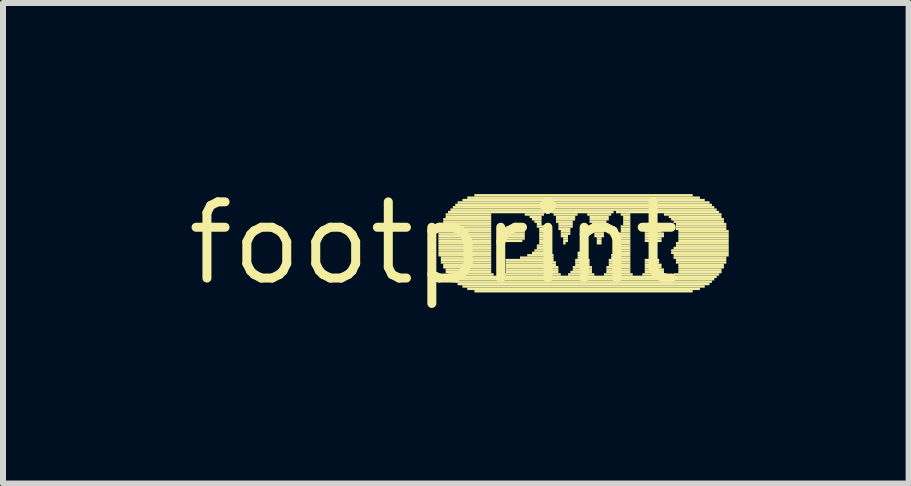
<source format=kicad_pcb>
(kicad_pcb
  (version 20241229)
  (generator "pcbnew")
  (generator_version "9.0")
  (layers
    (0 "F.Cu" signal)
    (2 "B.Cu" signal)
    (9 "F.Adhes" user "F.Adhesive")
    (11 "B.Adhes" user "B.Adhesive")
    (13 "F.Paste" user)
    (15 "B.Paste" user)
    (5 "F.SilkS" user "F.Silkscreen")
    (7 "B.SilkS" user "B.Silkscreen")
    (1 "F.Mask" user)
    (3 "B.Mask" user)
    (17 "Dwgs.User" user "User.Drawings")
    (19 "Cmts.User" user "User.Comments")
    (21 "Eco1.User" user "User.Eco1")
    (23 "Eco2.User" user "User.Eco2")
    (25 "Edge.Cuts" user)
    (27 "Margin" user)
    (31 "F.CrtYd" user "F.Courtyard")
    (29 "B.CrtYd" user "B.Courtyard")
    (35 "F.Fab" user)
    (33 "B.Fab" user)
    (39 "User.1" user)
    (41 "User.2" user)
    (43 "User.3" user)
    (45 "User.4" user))
  (footprint "footprint"
    (layer "F.Cu")
    (at 4.18 1.006)
    (property "Reference" "footprint" (at 0 0 0) (layer "F.SilkS") (effects (font (size 1.27 1.27) (thickness 0.15))))
    (fp_poly (pts (xy 0.08 -0.18) (xy 0.96 -0.18) (xy 0.96 -0.22) (xy 0.08 -0.22)) (stroke (width 0) (type solid)) (fill yes) (layer "F.SilkS"))
    (fp_poly (pts (xy 0.08 -0.14) (xy 0.96 -0.14) (xy 0.96 -0.18) (xy 0.08 -0.18)) (stroke (width 0) (type solid)) (fill yes) (layer "F.SilkS"))
    (fp_poly (pts (xy 0.08 -0.1) (xy 0.96 -0.1) (xy 0.96 -0.14) (xy 0.08 -0.14)) (stroke (width 0) (type solid)) (fill yes) (layer "F.SilkS"))
    (fp_poly (pts (xy 0.08 -0.06) (xy 0.96 -0.06) (xy 0.96 -0.1) (xy 0.08 -0.1)) (stroke (width 0) (type solid)) (fill yes) (layer "F.SilkS"))
    (fp_poly (pts (xy 0.08 -0.02) (xy 0.96 -0.02) (xy 0.96 -0.06) (xy 0.08 -0.06)) (stroke (width 0) (type solid)) (fill yes) (layer "F.SilkS"))
    (fp_poly (pts (xy 0.08 0.02) (xy 0.96 0.02) (xy 0.96 -0.02) (xy 0.08 -0.02)) (stroke (width 0) (type solid)) (fill yes) (layer "F.SilkS"))
    (fp_poly (pts (xy 0.08 0.06) (xy 0.96 0.06) (xy 0.96 0.02) (xy 0.08 0.02)) (stroke (width 0) (type solid)) (fill yes) (layer "F.SilkS"))
    (fp_poly (pts (xy 0.08 0.1) (xy 0.96 0.1) (xy 0.96 0.06) (xy 0.08 0.06)) (stroke (width 0) (type solid)) (fill yes) (layer "F.SilkS"))
    (fp_poly (pts (xy 0.08 0.14) (xy 0.96 0.14) (xy 0.96 0.1) (xy 0.08 0.1)) (stroke (width 0) (type solid)) (fill yes) (layer "F.SilkS"))
    (fp_poly (pts (xy 0.08 0.18) (xy 0.96 0.18) (xy 0.96 0.14) (xy 0.08 0.14)) (stroke (width 0) (type solid)) (fill yes) (layer "F.SilkS"))
    (fp_poly (pts (xy 0.08 0.22) (xy 0.96 0.22) (xy 0.96 0.18) (xy 0.08 0.18)) (stroke (width 0) (type solid)) (fill yes) (layer "F.SilkS"))
    (fp_poly (pts (xy 0.12 -0.3) (xy 0.96 -0.3) (xy 0.96 -0.34) (xy 0.12 -0.34)) (stroke (width 0) (type solid)) (fill yes) (layer "F.SilkS"))
    (fp_poly (pts (xy 0.12 -0.26) (xy 0.96 -0.26) (xy 0.96 -0.3) (xy 0.12 -0.3)) (stroke (width 0) (type solid)) (fill yes) (layer "F.SilkS"))
    (fp_poly (pts (xy 0.12 -0.22) (xy 0.96 -0.22) (xy 0.96 -0.26) (xy 0.12 -0.26)) (stroke (width 0) (type solid)) (fill yes) (layer "F.SilkS"))
    (fp_poly (pts (xy 0.12 0.26) (xy 0.96 0.26) (xy 0.96 0.22) (xy 0.12 0.22)) (stroke (width 0) (type solid)) (fill yes) (layer "F.SilkS"))
    (fp_poly (pts (xy 0.12 0.3) (xy 0.96 0.3) (xy 0.96 0.26) (xy 0.12 0.26)) (stroke (width 0) (type solid)) (fill yes) (layer "F.SilkS"))
    (fp_poly (pts (xy 0.12 0.34) (xy 0.96 0.34) (xy 0.96 0.3) (xy 0.12 0.3)) (stroke (width 0) (type solid)) (fill yes) (layer "F.SilkS"))
    (fp_poly (pts (xy 0.16 -0.38) (xy 0.96 -0.38) (xy 0.96 -0.42) (xy 0.16 -0.42)) (stroke (width 0) (type solid)) (fill yes) (layer "F.SilkS"))
    (fp_poly (pts (xy 0.16 -0.34) (xy 0.96 -0.34) (xy 0.96 -0.38) (xy 0.16 -0.38)) (stroke (width 0) (type solid)) (fill yes) (layer "F.SilkS"))
    (fp_poly (pts (xy 0.16 0.38) (xy 0.96 0.38) (xy 0.96 0.34) (xy 0.16 0.34)) (stroke (width 0) (type solid)) (fill yes) (layer "F.SilkS"))
    (fp_poly (pts (xy 0.16 0.42) (xy 0.96 0.42) (xy 0.96 0.38) (xy 0.16 0.38)) (stroke (width 0) (type solid)) (fill yes) (layer "F.SilkS"))
    (fp_poly (pts (xy 0.2 -0.46) (xy 0.96 -0.46) (xy 0.96 -0.5) (xy 0.2 -0.5)) (stroke (width 0) (type solid)) (fill yes) (layer "F.SilkS"))
    (fp_poly (pts (xy 0.2 -0.42) (xy 0.96 -0.42) (xy 0.96 -0.46) (xy 0.2 -0.46)) (stroke (width 0) (type solid)) (fill yes) (layer "F.SilkS"))
    (fp_poly (pts (xy 0.2 0.46) (xy 0.96 0.46) (xy 0.96 0.42) (xy 0.2 0.42)) (stroke (width 0) (type solid)) (fill yes) (layer "F.SilkS"))
    (fp_poly (pts (xy 0.2 0.5) (xy 0.96 0.5) (xy 0.96 0.46) (xy 0.2 0.46)) (stroke (width 0) (type solid)) (fill yes) (layer "F.SilkS"))
    (fp_poly (pts (xy 0.24 -0.5) (xy 1.92 -0.5) (xy 1.92 -0.54) (xy 0.24 -0.54)) (stroke (width 0) (type solid)) (fill yes) (layer "F.SilkS"))
    (fp_poly (pts (xy 0.24 0.54) (xy 1 0.54) (xy 1 0.5) (xy 0.24 0.5)) (stroke (width 0) (type solid)) (fill yes) (layer "F.SilkS"))
    (fp_poly (pts (xy 0.28 -0.54) (xy 4.72 -0.54) (xy 4.72 -0.58) (xy 0.28 -0.58)) (stroke (width 0) (type solid)) (fill yes) (layer "F.SilkS"))
    (fp_poly (pts (xy 0.28 0.58) (xy 4.72 0.58) (xy 4.72 0.54) (xy 0.28 0.54)) (stroke (width 0) (type solid)) (fill yes) (layer "F.SilkS"))
    (fp_poly (pts (xy 0.32 -0.58) (xy 4.68 -0.58) (xy 4.68 -0.62) (xy 0.32 -0.62)) (stroke (width 0) (type solid)) (fill yes) (layer "F.SilkS"))
    (fp_poly (pts (xy 0.32 0.62) (xy 4.68 0.62) (xy 4.68 0.58) (xy 0.32 0.58)) (stroke (width 0) (type solid)) (fill yes) (layer "F.SilkS"))
    (fp_poly (pts (xy 0.36 -0.62) (xy 4.64 -0.62) (xy 4.64 -0.66) (xy 0.36 -0.66)) (stroke (width 0) (type solid)) (fill yes) (layer "F.SilkS"))
    (fp_poly (pts (xy 0.36 0.66) (xy 4.64 0.66) (xy 4.64 0.62) (xy 0.36 0.62)) (stroke (width 0) (type solid)) (fill yes) (layer "F.SilkS"))
    (fp_poly (pts (xy 0.4 -0.66) (xy 4.6 -0.66) (xy 4.6 -0.7) (xy 0.4 -0.7)) (stroke (width 0) (type solid)) (fill yes) (layer "F.SilkS"))
    (fp_poly (pts (xy 0.4 0.7) (xy 4.6 0.7) (xy 4.6 0.66) (xy 0.4 0.66)) (stroke (width 0) (type solid)) (fill yes) (layer "F.SilkS"))
    (fp_poly (pts (xy 0.48 -0.7) (xy 4.52 -0.7) (xy 4.52 -0.74) (xy 0.48 -0.74)) (stroke (width 0) (type solid)) (fill yes) (layer "F.SilkS"))
    (fp_poly (pts (xy 0.48 0.74) (xy 4.52 0.74) (xy 4.52 0.7) (xy 0.48 0.7)) (stroke (width 0) (type solid)) (fill yes) (layer "F.SilkS"))
    (fp_poly (pts (xy 0.56 -0.74) (xy 4.44 -0.74) (xy 4.44 -0.78) (xy 0.56 -0.78)) (stroke (width 0) (type solid)) (fill yes) (layer "F.SilkS"))
    (fp_poly (pts (xy 0.56 0.78) (xy 4.44 0.78) (xy 4.44 0.74) (xy 0.56 0.74)) (stroke (width 0) (type solid)) (fill yes) (layer "F.SilkS"))
    (fp_poly (pts (xy 0.68 -0.78) (xy 4.32 -0.78) (xy 4.32 -0.82) (xy 0.68 -0.82)) (stroke (width 0) (type solid)) (fill yes) (layer "F.SilkS"))
    (fp_poly (pts (xy 0.68 0.82) (xy 4.32 0.82) (xy 4.32 0.78) (xy 0.68 0.78)) (stroke (width 0) (type solid)) (fill yes) (layer "F.SilkS"))
    (fp_poly (pts (xy 1.16 0.54) (xy 2.12 0.54) (xy 2.12 0.5) (xy 1.16 0.5)) (stroke (width 0) (type solid)) (fill yes) (layer "F.SilkS"))
    (fp_poly (pts (xy 1.2 -0.22) (xy 1.44 -0.22) (xy 1.44 -0.26) (xy 1.2 -0.26)) (stroke (width 0) (type solid)) (fill yes) (layer "F.SilkS"))
    (fp_poly (pts (xy 1.2 -0.18) (xy 1.52 -0.18) (xy 1.52 -0.22) (xy 1.2 -0.22)) (stroke (width 0) (type solid)) (fill yes) (layer "F.SilkS"))
    (fp_poly (pts (xy 1.2 -0.14) (xy 1.52 -0.14) (xy 1.52 -0.18) (xy 1.2 -0.18)) (stroke (width 0) (type solid)) (fill yes) (layer "F.SilkS"))
    (fp_poly (pts (xy 1.2 -0.1) (xy 1.52 -0.1) (xy 1.52 -0.14) (xy 1.2 -0.14)) (stroke (width 0) (type solid)) (fill yes) (layer "F.SilkS"))
    (fp_poly (pts (xy 1.2 -0.06) (xy 1.52 -0.06) (xy 1.52 -0.1) (xy 1.2 -0.1)) (stroke (width 0) (type solid)) (fill yes) (layer "F.SilkS"))
    (fp_poly (pts (xy 1.2 -0.02) (xy 1.48 -0.02) (xy 1.48 -0.06) (xy 1.2 -0.06)) (stroke (width 0) (type solid)) (fill yes) (layer "F.SilkS"))
    (fp_poly (pts (xy 1.2 0.3) (xy 2 0.3) (xy 2 0.26) (xy 1.2 0.26)) (stroke (width 0) (type solid)) (fill yes) (layer "F.SilkS"))
    (fp_poly (pts (xy 1.2 0.34) (xy 2.04 0.34) (xy 2.04 0.3) (xy 1.2 0.3)) (stroke (width 0) (type solid)) (fill yes) (layer "F.SilkS"))
    (fp_poly (pts (xy 1.2 0.38) (xy 2.04 0.38) (xy 2.04 0.34) (xy 1.2 0.34)) (stroke (width 0) (type solid)) (fill yes) (layer "F.SilkS"))
    (fp_poly (pts (xy 1.2 0.42) (xy 2.08 0.42) (xy 2.08 0.38) (xy 1.2 0.38)) (stroke (width 0) (type solid)) (fill yes) (layer "F.SilkS"))
    (fp_poly (pts (xy 1.2 0.46) (xy 2.08 0.46) (xy 2.08 0.42) (xy 1.2 0.42)) (stroke (width 0) (type solid)) (fill yes) (layer "F.SilkS"))
    (fp_poly (pts (xy 1.2 0.5) (xy 2.08 0.5) (xy 2.08 0.46) (xy 1.2 0.46)) (stroke (width 0) (type solid)) (fill yes) (layer "F.SilkS"))
    (fp_poly (pts (xy 1.44 0.26) (xy 2 0.26) (xy 2 0.22) (xy 1.44 0.22)) (stroke (width 0) (type solid)) (fill yes) (layer "F.SilkS"))
    (fp_poly (pts (xy 1.52 -0.46) (xy 1.84 -0.46) (xy 1.84 -0.5) (xy 1.52 -0.5)) (stroke (width 0) (type solid)) (fill yes) (layer "F.SilkS"))
    (fp_poly (pts (xy 1.56 0.22) (xy 2 0.22) (xy 2 0.18) (xy 1.56 0.18)) (stroke (width 0) (type solid)) (fill yes) (layer "F.SilkS"))
    (fp_poly (pts (xy 1.6 -0.42) (xy 1.8 -0.42) (xy 1.8 -0.46) (xy 1.6 -0.46)) (stroke (width 0) (type solid)) (fill yes) (layer "F.SilkS"))
    (fp_poly (pts (xy 1.64 -0.38) (xy 1.8 -0.38) (xy 1.8 -0.42) (xy 1.64 -0.42)) (stroke (width 0) (type solid)) (fill yes) (layer "F.SilkS"))
    (fp_poly (pts (xy 1.64 0.18) (xy 1.96 0.18) (xy 1.96 0.14) (xy 1.64 0.14)) (stroke (width 0) (type solid)) (fill yes) (layer "F.SilkS"))
    (fp_poly (pts (xy 1.68 -0.34) (xy 1.8 -0.34) (xy 1.8 -0.38) (xy 1.68 -0.38)) (stroke (width 0) (type solid)) (fill yes) (layer "F.SilkS"))
    (fp_poly (pts (xy 1.68 0.14) (xy 1.96 0.14) (xy 1.96 0.1) (xy 1.68 0.1)) (stroke (width 0) (type solid)) (fill yes) (layer "F.SilkS"))
    (fp_poly (pts (xy 1.72 -0.3) (xy 1.8 -0.3) (xy 1.8 -0.34) (xy 1.72 -0.34)) (stroke (width 0) (type solid)) (fill yes) (layer "F.SilkS"))
    (fp_poly (pts (xy 1.72 -0.26) (xy 1.84 -0.26) (xy 1.84 -0.3) (xy 1.72 -0.3)) (stroke (width 0) (type solid)) (fill yes) (layer "F.SilkS"))
    (fp_poly (pts (xy 1.72 0.06) (xy 1.92 0.06) (xy 1.92 0.02) (xy 1.72 0.02)) (stroke (width 0) (type solid)) (fill yes) (layer "F.SilkS"))
    (fp_poly (pts (xy 1.72 0.1) (xy 1.96 0.1) (xy 1.96 0.06) (xy 1.72 0.06)) (stroke (width 0) (type solid)) (fill yes) (layer "F.SilkS"))
    (fp_poly (pts (xy 1.76 -0.22) (xy 1.84 -0.22) (xy 1.84 -0.26) (xy 1.76 -0.26)) (stroke (width 0) (type solid)) (fill yes) (layer "F.SilkS"))
    (fp_poly (pts (xy 1.76 -0.18) (xy 1.84 -0.18) (xy 1.84 -0.22) (xy 1.76 -0.22)) (stroke (width 0) (type solid)) (fill yes) (layer "F.SilkS"))
    (fp_poly (pts (xy 1.76 -0.14) (xy 1.88 -0.14) (xy 1.88 -0.18) (xy 1.76 -0.18)) (stroke (width 0) (type solid)) (fill yes) (layer "F.SilkS"))
    (fp_poly (pts (xy 1.76 -0.1) (xy 1.88 -0.1) (xy 1.88 -0.14) (xy 1.76 -0.14)) (stroke (width 0) (type solid)) (fill yes) (layer "F.SilkS"))
    (fp_poly (pts (xy 1.76 -0.06) (xy 1.88 -0.06) (xy 1.88 -0.1) (xy 1.76 -0.1)) (stroke (width 0) (type solid)) (fill yes) (layer "F.SilkS"))
    (fp_poly (pts (xy 1.76 -0.02) (xy 1.92 -0.02) (xy 1.92 -0.06) (xy 1.76 -0.06)) (stroke (width 0) (type solid)) (fill yes) (layer "F.SilkS"))
    (fp_poly (pts (xy 1.76 0.02) (xy 1.92 0.02) (xy 1.92 -0.02) (xy 1.76 -0.02)) (stroke (width 0) (type solid)) (fill yes) (layer "F.SilkS"))
    (fp_poly (pts (xy 1.96 -0.5) (xy 3 -0.5) (xy 3 -0.54) (xy 1.96 -0.54)) (stroke (width 0) (type solid)) (fill yes) (layer "F.SilkS"))
    (fp_poly (pts (xy 2 -0.46) (xy 2.4 -0.46) (xy 2.4 -0.5) (xy 2 -0.5)) (stroke (width 0) (type solid)) (fill yes) (layer "F.SilkS"))
    (fp_poly (pts (xy 2.04 -0.42) (xy 2.36 -0.42) (xy 2.36 -0.46) (xy 2.04 -0.46)) (stroke (width 0) (type solid)) (fill yes) (layer "F.SilkS"))
    (fp_poly (pts (xy 2.04 -0.38) (xy 2.36 -0.38) (xy 2.36 -0.42) (xy 2.04 -0.42)) (stroke (width 0) (type solid)) (fill yes) (layer "F.SilkS"))
    (fp_poly (pts (xy 2.04 -0.34) (xy 2.32 -0.34) (xy 2.32 -0.38) (xy 2.04 -0.38)) (stroke (width 0) (type solid)) (fill yes) (layer "F.SilkS"))
    (fp_poly (pts (xy 2.08 -0.3) (xy 2.32 -0.3) (xy 2.32 -0.34) (xy 2.08 -0.34)) (stroke (width 0) (type solid)) (fill yes) (layer "F.SilkS"))
    (fp_poly (pts (xy 2.08 -0.26) (xy 2.32 -0.26) (xy 2.32 -0.3) (xy 2.08 -0.3)) (stroke (width 0) (type solid)) (fill yes) (layer "F.SilkS"))
    (fp_poly (pts (xy 2.08 -0.22) (xy 2.28 -0.22) (xy 2.28 -0.26) (xy 2.08 -0.26)) (stroke (width 0) (type solid)) (fill yes) (layer "F.SilkS"))
    (fp_poly (pts (xy 2.12 -0.18) (xy 2.28 -0.18) (xy 2.28 -0.22) (xy 2.12 -0.22)) (stroke (width 0) (type solid)) (fill yes) (layer "F.SilkS"))
    (fp_poly (pts (xy 2.12 -0.14) (xy 2.28 -0.14) (xy 2.28 -0.18) (xy 2.12 -0.18)) (stroke (width 0) (type solid)) (fill yes) (layer "F.SilkS"))
    (fp_poly (pts (xy 2.12 -0.1) (xy 2.24 -0.1) (xy 2.24 -0.14) (xy 2.12 -0.14)) (stroke (width 0) (type solid)) (fill yes) (layer "F.SilkS"))
    (fp_poly (pts (xy 2.16 -0.06) (xy 2.24 -0.06) (xy 2.24 -0.1) (xy 2.16 -0.1)) (stroke (width 0) (type solid)) (fill yes) (layer "F.SilkS"))
    (fp_poly (pts (xy 2.16 -0.02) (xy 2.24 -0.02) (xy 2.24 -0.06) (xy 2.16 -0.06)) (stroke (width 0) (type solid)) (fill yes) (layer "F.SilkS"))
    (fp_poly (pts (xy 2.16 0.02) (xy 2.2 0.02) (xy 2.2 -0.02) (xy 2.16 -0.02)) (stroke (width 0) (type solid)) (fill yes) (layer "F.SilkS"))
    (fp_poly (pts (xy 2.24 0.54) (xy 2.68 0.54) (xy 2.68 0.5) (xy 2.24 0.5)) (stroke (width 0) (type solid)) (fill yes) (layer "F.SilkS"))
    (fp_poly (pts (xy 2.28 0.5) (xy 2.64 0.5) (xy 2.64 0.46) (xy 2.28 0.46)) (stroke (width 0) (type solid)) (fill yes) (layer "F.SilkS"))
    (fp_poly (pts (xy 2.32 0.42) (xy 2.64 0.42) (xy 2.64 0.38) (xy 2.32 0.38)) (stroke (width 0) (type solid)) (fill yes) (layer "F.SilkS"))
    (fp_poly (pts (xy 2.32 0.46) (xy 2.64 0.46) (xy 2.64 0.42) (xy 2.32 0.42)) (stroke (width 0) (type solid)) (fill yes) (layer "F.SilkS"))
    (fp_poly (pts (xy 2.36 0.3) (xy 2.6 0.3) (xy 2.6 0.26) (xy 2.36 0.26)) (stroke (width 0) (type solid)) (fill yes) (layer "F.SilkS"))
    (fp_poly (pts (xy 2.36 0.34) (xy 2.6 0.34) (xy 2.6 0.3) (xy 2.36 0.3)) (stroke (width 0) (type solid)) (fill yes) (layer "F.SilkS"))
    (fp_poly (pts (xy 2.36 0.38) (xy 2.6 0.38) (xy 2.6 0.34) (xy 2.36 0.34)) (stroke (width 0) (type solid)) (fill yes) (layer "F.SilkS"))
    (fp_poly (pts (xy 2.4 0.18) (xy 2.56 0.18) (xy 2.56 0.14) (xy 2.4 0.14)) (stroke (width 0) (type solid)) (fill yes) (layer "F.SilkS"))
    (fp_poly (pts (xy 2.4 0.22) (xy 2.56 0.22) (xy 2.56 0.18) (xy 2.4 0.18)) (stroke (width 0) (type solid)) (fill yes) (layer "F.SilkS"))
    (fp_poly (pts (xy 2.4 0.26) (xy 2.56 0.26) (xy 2.56 0.22) (xy 2.4 0.22)) (stroke (width 0) (type solid)) (fill yes) (layer "F.SilkS"))
    (fp_poly (pts (xy 2.44 0.06) (xy 2.52 0.06) (xy 2.52 0.02) (xy 2.44 0.02)) (stroke (width 0) (type solid)) (fill yes) (layer "F.SilkS"))
    (fp_poly (pts (xy 2.44 0.1) (xy 2.52 0.1) (xy 2.52 0.06) (xy 2.44 0.06)) (stroke (width 0) (type solid)) (fill yes) (layer "F.SilkS"))
    (fp_poly (pts (xy 2.44 0.14) (xy 2.52 0.14) (xy 2.52 0.1) (xy 2.44 0.1)) (stroke (width 0) (type solid)) (fill yes) (layer "F.SilkS"))
    (fp_poly (pts (xy 2.56 -0.46) (xy 2.96 -0.46) (xy 2.96 -0.5) (xy 2.56 -0.5)) (stroke (width 0) (type solid)) (fill yes) (layer "F.SilkS"))
    (fp_poly (pts (xy 2.6 -0.42) (xy 2.92 -0.42) (xy 2.92 -0.46) (xy 2.6 -0.46)) (stroke (width 0) (type solid)) (fill yes) (layer "F.SilkS"))
    (fp_poly (pts (xy 2.6 -0.38) (xy 2.92 -0.38) (xy 2.92 -0.42) (xy 2.6 -0.42)) (stroke (width 0) (type solid)) (fill yes) (layer "F.SilkS"))
    (fp_poly (pts (xy 2.6 -0.34) (xy 2.88 -0.34) (xy 2.88 -0.38) (xy 2.6 -0.38)) (stroke (width 0) (type solid)) (fill yes) (layer "F.SilkS"))
    (fp_poly (pts (xy 2.64 -0.3) (xy 2.88 -0.3) (xy 2.88 -0.34) (xy 2.64 -0.34)) (stroke (width 0) (type solid)) (fill yes) (layer "F.SilkS"))
    (fp_poly (pts (xy 2.64 -0.26) (xy 2.88 -0.26) (xy 2.88 -0.3) (xy 2.64 -0.3)) (stroke (width 0) (type solid)) (fill yes) (layer "F.SilkS"))
    (fp_poly (pts (xy 2.64 -0.22) (xy 2.88 -0.22) (xy 2.88 -0.26) (xy 2.64 -0.26)) (stroke (width 0) (type solid)) (fill yes) (layer "F.SilkS"))
    (fp_poly (pts (xy 2.68 -0.18) (xy 2.84 -0.18) (xy 2.84 -0.22) (xy 2.68 -0.22)) (stroke (width 0) (type solid)) (fill yes) (layer "F.SilkS"))
    (fp_poly (pts (xy 2.68 -0.14) (xy 2.84 -0.14) (xy 2.84 -0.18) (xy 2.68 -0.18)) (stroke (width 0) (type solid)) (fill yes) (layer "F.SilkS"))
    (fp_poly (pts (xy 2.68 -0.1) (xy 2.84 -0.1) (xy 2.84 -0.14) (xy 2.68 -0.14)) (stroke (width 0) (type solid)) (fill yes) (layer "F.SilkS"))
    (fp_poly (pts (xy 2.72 -0.06) (xy 2.8 -0.06) (xy 2.8 -0.1) (xy 2.72 -0.1)) (stroke (width 0) (type solid)) (fill yes) (layer "F.SilkS"))
    (fp_poly (pts (xy 2.72 -0.02) (xy 2.8 -0.02) (xy 2.8 -0.06) (xy 2.72 -0.06)) (stroke (width 0) (type solid)) (fill yes) (layer "F.SilkS"))
    (fp_poly (pts (xy 2.72 0.02) (xy 2.8 0.02) (xy 2.8 -0.02) (xy 2.72 -0.02)) (stroke (width 0) (type solid)) (fill yes) (layer "F.SilkS"))
    (fp_poly (pts (xy 2.84 0.54) (xy 3.32 0.54) (xy 3.32 0.5) (xy 2.84 0.5)) (stroke (width 0) (type solid)) (fill yes) (layer "F.SilkS"))
    (fp_poly (pts (xy 2.88 0.42) (xy 3.28 0.42) (xy 3.28 0.38) (xy 2.88 0.38)) (stroke (width 0) (type solid)) (fill yes) (layer "F.SilkS"))
    (fp_poly (pts (xy 2.88 0.46) (xy 3.28 0.46) (xy 3.28 0.42) (xy 2.88 0.42)) (stroke (width 0) (type solid)) (fill yes) (layer "F.SilkS"))
    (fp_poly (pts (xy 2.88 0.5) (xy 3.28 0.5) (xy 3.28 0.46) (xy 2.88 0.46)) (stroke (width 0) (type solid)) (fill yes) (layer "F.SilkS"))
    (fp_poly (pts (xy 2.92 0.3) (xy 3.28 0.3) (xy 3.28 0.26) (xy 2.92 0.26)) (stroke (width 0) (type solid)) (fill yes) (layer "F.SilkS"))
    (fp_poly (pts (xy 2.92 0.34) (xy 3.28 0.34) (xy 3.28 0.3) (xy 2.92 0.3)) (stroke (width 0) (type solid)) (fill yes) (layer "F.SilkS"))
    (fp_poly (pts (xy 2.92 0.38) (xy 3.28 0.38) (xy 3.28 0.34) (xy 2.92 0.34)) (stroke (width 0) (type solid)) (fill yes) (layer "F.SilkS"))
    (fp_poly (pts (xy 2.96 0.22) (xy 3.28 0.22) (xy 3.28 0.18) (xy 2.96 0.18)) (stroke (width 0) (type solid)) (fill yes) (layer "F.SilkS"))
    (fp_poly (pts (xy 2.96 0.26) (xy 3.28 0.26) (xy 3.28 0.22) (xy 2.96 0.22)) (stroke (width 0) (type solid)) (fill yes) (layer "F.SilkS"))
    (fp_poly (pts (xy 3 0.1) (xy 3.28 0.1) (xy 3.28 0.06) (xy 3 0.06)) (stroke (width 0) (type solid)) (fill yes) (layer "F.SilkS"))
    (fp_poly (pts (xy 3 0.14) (xy 3.28 0.14) (xy 3.28 0.1) (xy 3 0.1)) (stroke (width 0) (type solid)) (fill yes) (layer "F.SilkS"))
    (fp_poly (pts (xy 3 0.18) (xy 3.28 0.18) (xy 3.28 0.14) (xy 3 0.14)) (stroke (width 0) (type solid)) (fill yes) (layer "F.SilkS"))
    (fp_poly (pts (xy 3.04 -0.5) (xy 4.76 -0.5) (xy 4.76 -0.54) (xy 3.04 -0.54)) (stroke (width 0) (type solid)) (fill yes) (layer "F.SilkS"))
    (fp_poly (pts (xy 3.04 -0.02) (xy 3.28 -0.02) (xy 3.28 -0.06) (xy 3.04 -0.06)) (stroke (width 0) (type solid)) (fill yes) (layer "F.SilkS"))
    (fp_poly (pts (xy 3.04 0.02) (xy 3.28 0.02) (xy 3.28 -0.02) (xy 3.04 -0.02)) (stroke (width 0) (type solid)) (fill yes) (layer "F.SilkS"))
    (fp_poly (pts (xy 3.04 0.06) (xy 3.28 0.06) (xy 3.28 0.02) (xy 3.04 0.02)) (stroke (width 0) (type solid)) (fill yes) (layer "F.SilkS"))
    (fp_poly (pts (xy 3.08 -0.14) (xy 3.28 -0.14) (xy 3.28 -0.18) (xy 3.08 -0.18)) (stroke (width 0) (type solid)) (fill yes) (layer "F.SilkS"))
    (fp_poly (pts (xy 3.08 -0.1) (xy 3.28 -0.1) (xy 3.28 -0.14) (xy 3.08 -0.14)) (stroke (width 0) (type solid)) (fill yes) (layer "F.SilkS"))
    (fp_poly (pts (xy 3.08 -0.06) (xy 3.28 -0.06) (xy 3.28 -0.1) (xy 3.08 -0.1)) (stroke (width 0) (type solid)) (fill yes) (layer "F.SilkS"))
    (fp_poly (pts (xy 3.12 -0.46) (xy 3.28 -0.46) (xy 3.28 -0.5) (xy 3.12 -0.5)) (stroke (width 0) (type solid)) (fill yes) (layer "F.SilkS"))
    (fp_poly (pts (xy 3.12 -0.26) (xy 3.28 -0.26) (xy 3.28 -0.3) (xy 3.12 -0.3)) (stroke (width 0) (type solid)) (fill yes) (layer "F.SilkS"))
    (fp_poly (pts (xy 3.12 -0.22) (xy 3.28 -0.22) (xy 3.28 -0.26) (xy 3.12 -0.26)) (stroke (width 0) (type solid)) (fill yes) (layer "F.SilkS"))
    (fp_poly (pts (xy 3.12 -0.18) (xy 3.28 -0.18) (xy 3.28 -0.22) (xy 3.12 -0.22)) (stroke (width 0) (type solid)) (fill yes) (layer "F.SilkS"))
    (fp_poly (pts (xy 3.16 -0.42) (xy 3.28 -0.42) (xy 3.28 -0.46) (xy 3.16 -0.46)) (stroke (width 0) (type solid)) (fill yes) (layer "F.SilkS"))
    (fp_poly (pts (xy 3.16 -0.38) (xy 3.28 -0.38) (xy 3.28 -0.42) (xy 3.16 -0.42)) (stroke (width 0) (type solid)) (fill yes) (layer "F.SilkS"))
    (fp_poly (pts (xy 3.16 -0.34) (xy 3.28 -0.34) (xy 3.28 -0.38) (xy 3.16 -0.38)) (stroke (width 0) (type solid)) (fill yes) (layer "F.SilkS"))
    (fp_poly (pts (xy 3.16 -0.3) (xy 3.28 -0.3) (xy 3.28 -0.34) (xy 3.16 -0.34)) (stroke (width 0) (type solid)) (fill yes) (layer "F.SilkS"))
    (fp_poly (pts (xy 3.48 0.54) (xy 3.88 0.54) (xy 3.88 0.5) (xy 3.48 0.5)) (stroke (width 0) (type solid)) (fill yes) (layer "F.SilkS"))
    (fp_poly (pts (xy 3.52 -0.22) (xy 3.76 -0.22) (xy 3.76 -0.26) (xy 3.52 -0.26)) (stroke (width 0) (type solid)) (fill yes) (layer "F.SilkS"))
    (fp_poly (pts (xy 3.52 -0.18) (xy 3.8 -0.18) (xy 3.8 -0.22) (xy 3.52 -0.22)) (stroke (width 0) (type solid)) (fill yes) (layer "F.SilkS"))
    (fp_poly (pts (xy 3.52 -0.14) (xy 3.84 -0.14) (xy 3.84 -0.18) (xy 3.52 -0.18)) (stroke (width 0) (type solid)) (fill yes) (layer "F.SilkS"))
    (fp_poly (pts (xy 3.52 -0.1) (xy 3.84 -0.1) (xy 3.84 -0.14) (xy 3.52 -0.14)) (stroke (width 0) (type solid)) (fill yes) (layer "F.SilkS"))
    (fp_poly (pts (xy 3.52 -0.06) (xy 3.8 -0.06) (xy 3.8 -0.1) (xy 3.52 -0.1)) (stroke (width 0) (type solid)) (fill yes) (layer "F.SilkS"))
    (fp_poly (pts (xy 3.52 -0.02) (xy 3.8 -0.02) (xy 3.8 -0.06) (xy 3.52 -0.06)) (stroke (width 0) (type solid)) (fill yes) (layer "F.SilkS"))
    (fp_poly (pts (xy 3.52 0.3) (xy 3.76 0.3) (xy 3.76 0.26) (xy 3.52 0.26)) (stroke (width 0) (type solid)) (fill yes) (layer "F.SilkS"))
    (fp_poly (pts (xy 3.52 0.34) (xy 3.76 0.34) (xy 3.76 0.3) (xy 3.52 0.3)) (stroke (width 0) (type solid)) (fill yes) (layer "F.SilkS"))
    (fp_poly (pts (xy 3.52 0.38) (xy 3.8 0.38) (xy 3.8 0.34) (xy 3.52 0.34)) (stroke (width 0) (type solid)) (fill yes) (layer "F.SilkS"))
    (fp_poly (pts (xy 3.52 0.42) (xy 3.8 0.42) (xy 3.8 0.38) (xy 3.52 0.38)) (stroke (width 0) (type solid)) (fill yes) (layer "F.SilkS"))
    (fp_poly (pts (xy 3.52 0.46) (xy 3.84 0.46) (xy 3.84 0.42) (xy 3.52 0.42)) (stroke (width 0) (type solid)) (fill yes) (layer "F.SilkS"))
    (fp_poly (pts (xy 3.52 0.5) (xy 3.84 0.5) (xy 3.84 0.46) (xy 3.52 0.46)) (stroke (width 0) (type solid)) (fill yes) (layer "F.SilkS"))
    (fp_poly (pts (xy 3.84 -0.46) (xy 4.8 -0.46) (xy 4.8 -0.5) (xy 3.84 -0.5)) (stroke (width 0) (type solid)) (fill yes) (layer "F.SilkS"))
    (fp_poly (pts (xy 3.92 -0.42) (xy 4.8 -0.42) (xy 4.8 -0.46) (xy 3.92 -0.46)) (stroke (width 0) (type solid)) (fill yes) (layer "F.SilkS"))
    (fp_poly (pts (xy 3.96 -0.38) (xy 4.84 -0.38) (xy 4.84 -0.42) (xy 3.96 -0.42)) (stroke (width 0) (type solid)) (fill yes) (layer "F.SilkS"))
    (fp_poly (pts (xy 3.96 0.14) (xy 4.92 0.14) (xy 4.92 0.1) (xy 3.96 0.1)) (stroke (width 0) (type solid)) (fill yes) (layer "F.SilkS"))
    (fp_poly (pts (xy 3.96 0.18) (xy 4.92 0.18) (xy 4.92 0.14) (xy 3.96 0.14)) (stroke (width 0) (type solid)) (fill yes) (layer "F.SilkS"))
    (fp_poly (pts (xy 4 -0.34) (xy 4.84 -0.34) (xy 4.84 -0.38) (xy 4 -0.38)) (stroke (width 0) (type solid)) (fill yes) (layer "F.SilkS"))
    (fp_poly (pts (xy 4 0.1) (xy 4.92 0.1) (xy 4.92 0.06) (xy 4 0.06)) (stroke (width 0) (type solid)) (fill yes) (layer "F.SilkS"))
    (fp_poly (pts (xy 4 0.22) (xy 4.92 0.22) (xy 4.92 0.18) (xy 4 0.18)) (stroke (width 0) (type solid)) (fill yes) (layer "F.SilkS"))
    (fp_poly (pts (xy 4 0.26) (xy 4.88 0.26) (xy 4.88 0.22) (xy 4 0.22)) (stroke (width 0) (type solid)) (fill yes) (layer "F.SilkS"))
    (fp_poly (pts (xy 4 0.54) (xy 4.76 0.54) (xy 4.76 0.5) (xy 4 0.5)) (stroke (width 0) (type solid)) (fill yes) (layer "F.SilkS"))
    (fp_poly (pts (xy 4.04 -0.3) (xy 4.88 -0.3) (xy 4.88 -0.34) (xy 4.04 -0.34)) (stroke (width 0) (type solid)) (fill yes) (layer "F.SilkS"))
    (fp_poly (pts (xy 4.04 -0.26) (xy 4.88 -0.26) (xy 4.88 -0.3) (xy 4.04 -0.3)) (stroke (width 0) (type solid)) (fill yes) (layer "F.SilkS"))
    (fp_poly (pts (xy 4.04 -0.22) (xy 4.88 -0.22) (xy 4.88 -0.26) (xy 4.04 -0.26)) (stroke (width 0) (type solid)) (fill yes) (layer "F.SilkS"))
    (fp_poly (pts (xy 4.04 0.02) (xy 4.92 0.02) (xy 4.92 -0.02) (xy 4.04 -0.02)) (stroke (width 0) (type solid)) (fill yes) (layer "F.SilkS"))
    (fp_poly (pts (xy 4.04 0.06) (xy 4.92 0.06) (xy 4.92 0.02) (xy 4.04 0.02)) (stroke (width 0) (type solid)) (fill yes) (layer "F.SilkS"))
    (fp_poly (pts (xy 4.04 0.3) (xy 4.88 0.3) (xy 4.88 0.26) (xy 4.04 0.26)) (stroke (width 0) (type solid)) (fill yes) (layer "F.SilkS"))
    (fp_poly (pts (xy 4.04 0.34) (xy 4.88 0.34) (xy 4.88 0.3) (xy 4.04 0.3)) (stroke (width 0) (type solid)) (fill yes) (layer "F.SilkS"))
    (fp_poly (pts (xy 4.08 -0.18) (xy 4.92 -0.18) (xy 4.92 -0.22) (xy 4.08 -0.22)) (stroke (width 0) (type solid)) (fill yes) (layer "F.SilkS"))
    (fp_poly (pts (xy 4.08 -0.14) (xy 4.92 -0.14) (xy 4.92 -0.18) (xy 4.08 -0.18)) (stroke (width 0) (type solid)) (fill yes) (layer "F.SilkS"))
    (fp_poly (pts (xy 4.08 -0.1) (xy 4.92 -0.1) (xy 4.92 -0.14) (xy 4.08 -0.14)) (stroke (width 0) (type solid)) (fill yes) (layer "F.SilkS"))
    (fp_poly (pts (xy 4.08 -0.06) (xy 4.92 -0.06) (xy 4.92 -0.1) (xy 4.08 -0.1)) (stroke (width 0) (type solid)) (fill yes) (layer "F.SilkS"))
    (fp_poly (pts (xy 4.08 -0.02) (xy 4.92 -0.02) (xy 4.92 -0.06) (xy 4.08 -0.06)) (stroke (width 0) (type solid)) (fill yes) (layer "F.SilkS"))
    (fp_poly (pts (xy 4.08 0.38) (xy 4.84 0.38) (xy 4.84 0.34) (xy 4.08 0.34)) (stroke (width 0) (type solid)) (fill yes) (layer "F.SilkS"))
    (fp_poly (pts (xy 4.08 0.42) (xy 4.84 0.42) (xy 4.84 0.38) (xy 4.08 0.38)) (stroke (width 0) (type solid)) (fill yes) (layer "F.SilkS"))
    (fp_poly (pts (xy 4.08 0.46) (xy 4.8 0.46) (xy 4.8 0.42) (xy 4.08 0.42)) (stroke (width 0) (type solid)) (fill yes) (layer "F.SilkS"))
    (fp_poly (pts (xy 4.08 0.5) (xy 4.8 0.5) (xy 4.8 0.46) (xy 4.08 0.46)) (stroke (width 0) (type solid)) (fill yes) (layer "F.SilkS")))
  (gr_rect
    (start -3 -3)
    (end 12.1 5.012)
    (stroke (width 0.1) (type default))
    (fill no)
    (layer "Edge.Cuts")))
</source>
